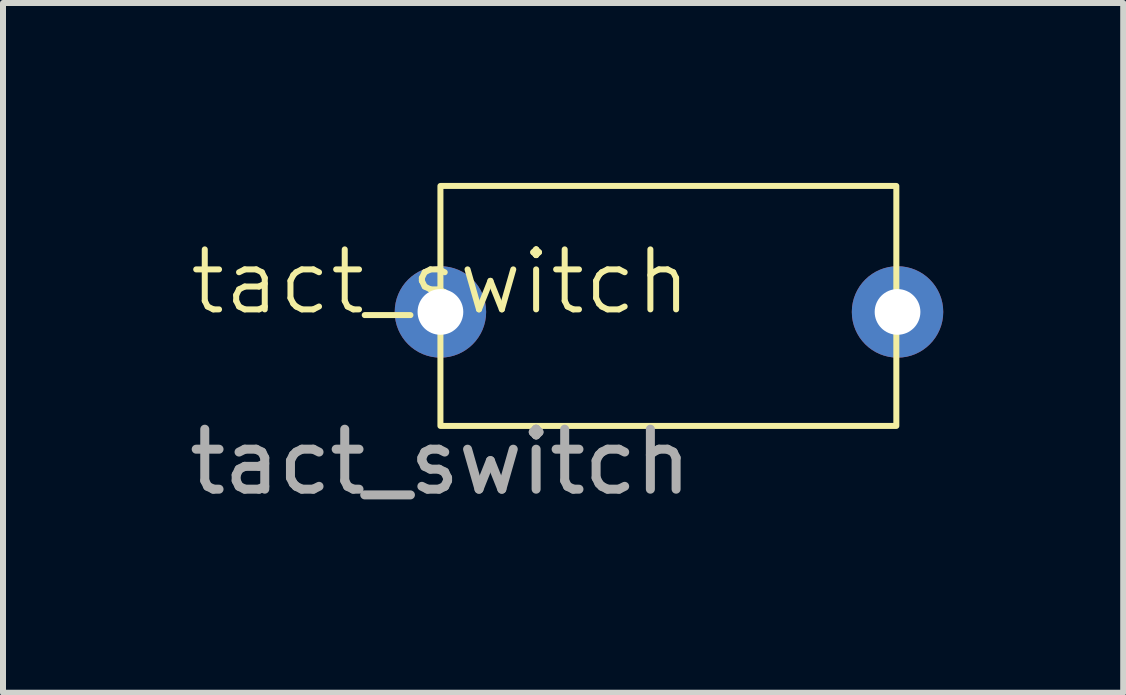
<source format=kicad_pcb>
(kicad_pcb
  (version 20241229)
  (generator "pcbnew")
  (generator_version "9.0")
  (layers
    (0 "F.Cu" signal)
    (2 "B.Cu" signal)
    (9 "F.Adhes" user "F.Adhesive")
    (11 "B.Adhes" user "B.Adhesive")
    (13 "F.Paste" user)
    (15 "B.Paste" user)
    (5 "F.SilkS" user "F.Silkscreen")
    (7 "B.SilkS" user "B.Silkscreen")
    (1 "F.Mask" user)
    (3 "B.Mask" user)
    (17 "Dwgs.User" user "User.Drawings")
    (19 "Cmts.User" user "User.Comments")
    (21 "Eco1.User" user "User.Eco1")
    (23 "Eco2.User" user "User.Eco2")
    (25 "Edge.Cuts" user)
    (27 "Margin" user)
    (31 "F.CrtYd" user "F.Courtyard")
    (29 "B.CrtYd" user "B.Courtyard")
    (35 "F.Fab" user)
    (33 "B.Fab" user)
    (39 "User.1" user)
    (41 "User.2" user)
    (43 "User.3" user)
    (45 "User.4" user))
  (footprint "tact_switch"
    (layer "F.Cu")
    (at 4.292 2.15)
    (property "Reference" "tact_switch" (at 0 -0.5 0) (unlocked yes) (layer "F.SilkS") (effects (font (size 1 1) (thickness 0.1))))
    (attr through_hole)
    (fp_rect (start 0 -2.1) (end 7.6 1.9) (stroke (width 0.1) (type default)) (fill no) (layer "F.SilkS"))
    (fp_text user "${REFERENCE}" (at 0 2.5 0) (unlocked yes) (layer "F.Fab") (effects (font (size 1 1) (thickness 0.15))))
    (pad "1" thru_hole circle (at 0 0) (size 1.524 1.524) (drill 0.762) (layers "*.Cu" "*.Mask"))
    (pad "2" thru_hole circle (at 7.62 0) (size 1.524 1.524) (drill 0.762) (layers "*.Cu" "*.Mask")))
  (gr_rect
    (start -3 -3)
    (end 15.674 8.498)
    (stroke (width 0.1) (type default))
    (fill no)
    (layer "Edge.Cuts")))
</source>
